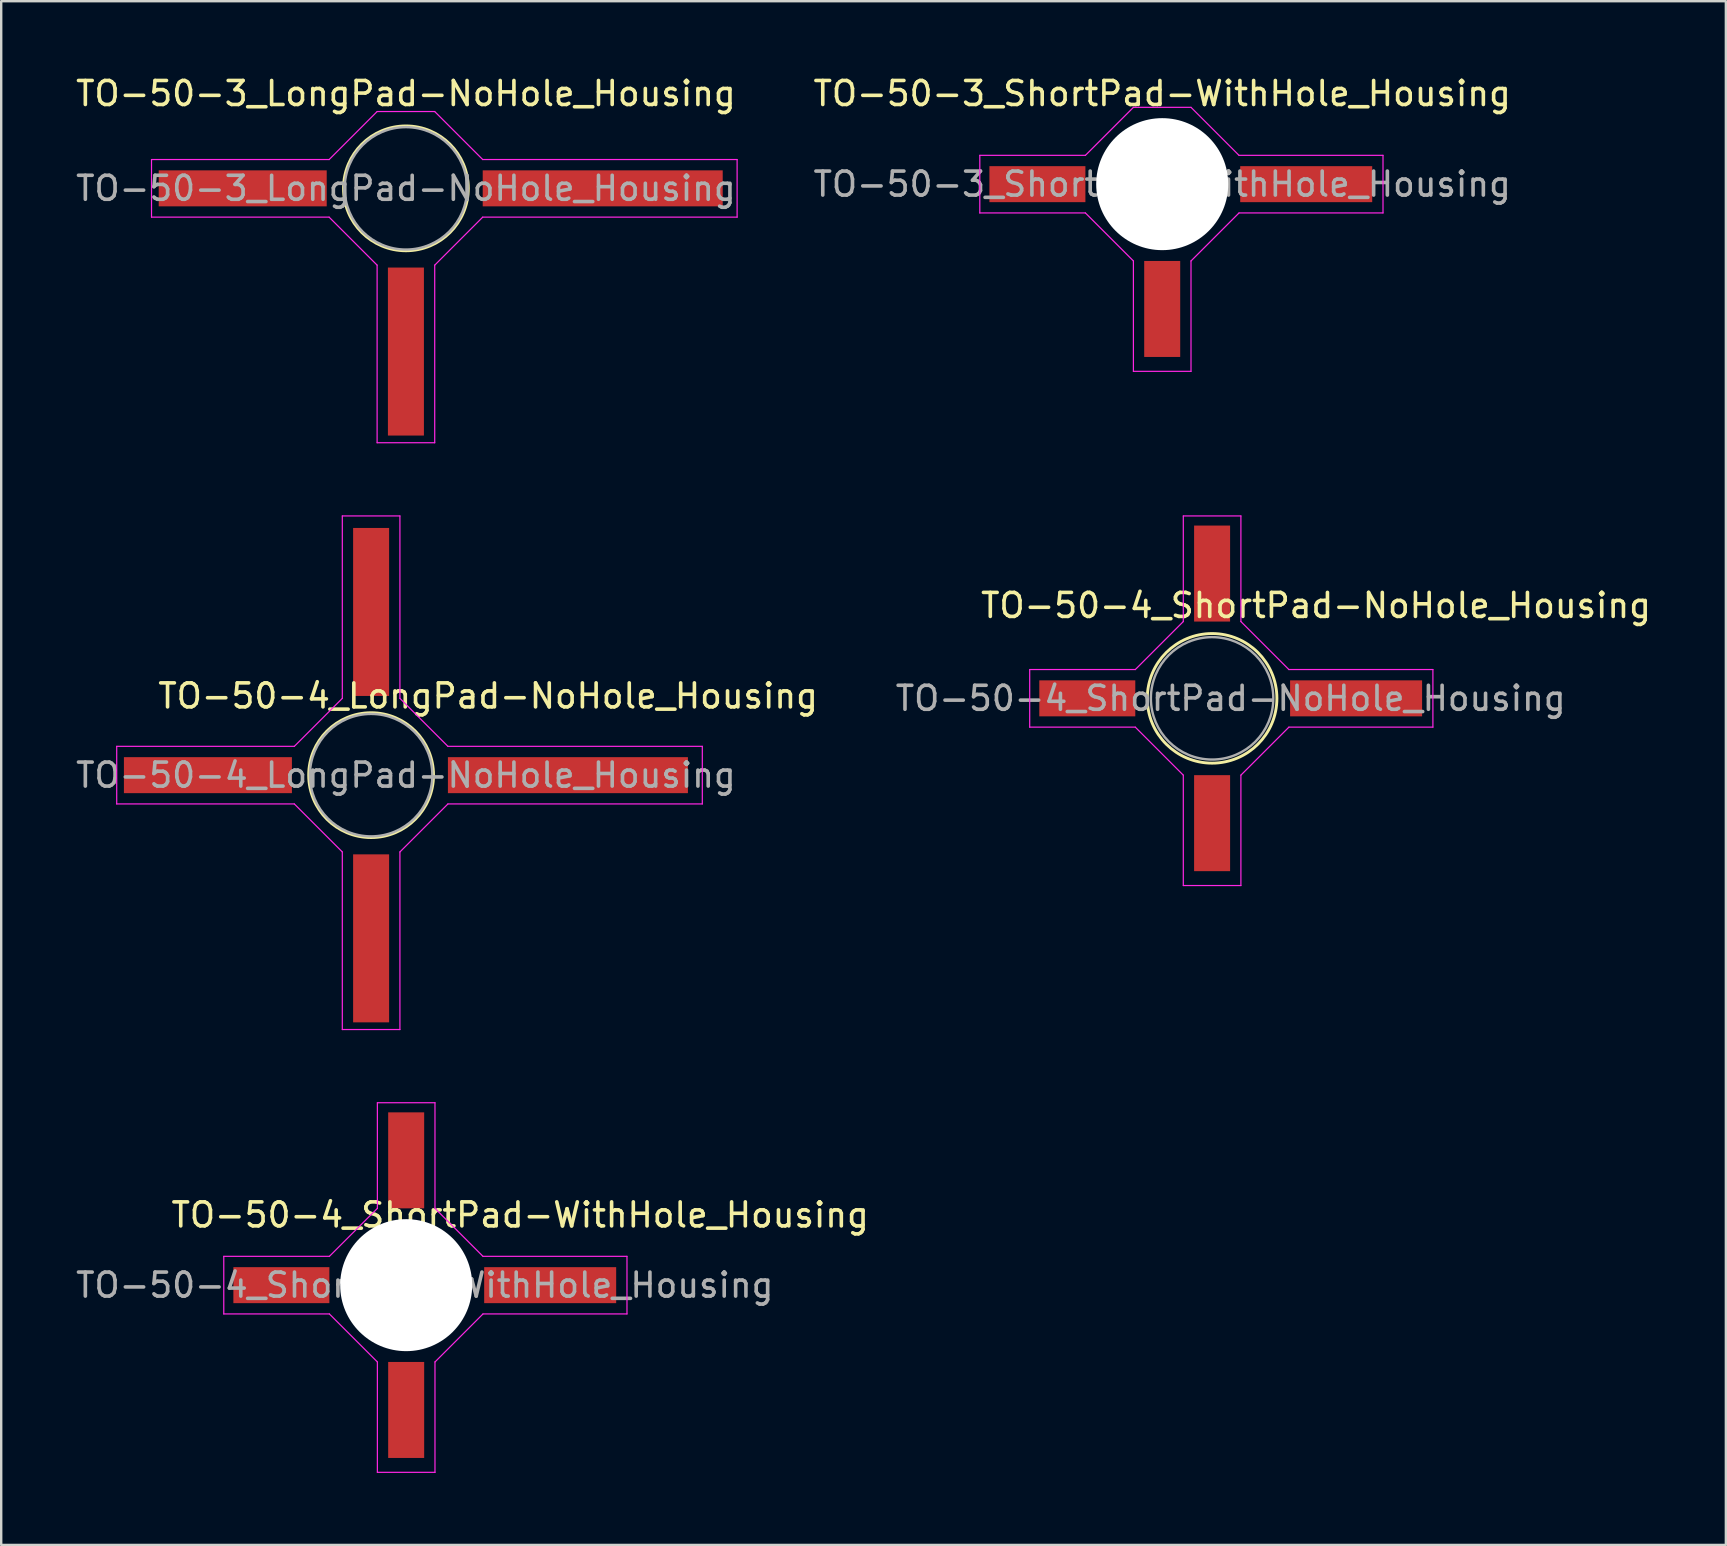
<source format=kicad_pcb>
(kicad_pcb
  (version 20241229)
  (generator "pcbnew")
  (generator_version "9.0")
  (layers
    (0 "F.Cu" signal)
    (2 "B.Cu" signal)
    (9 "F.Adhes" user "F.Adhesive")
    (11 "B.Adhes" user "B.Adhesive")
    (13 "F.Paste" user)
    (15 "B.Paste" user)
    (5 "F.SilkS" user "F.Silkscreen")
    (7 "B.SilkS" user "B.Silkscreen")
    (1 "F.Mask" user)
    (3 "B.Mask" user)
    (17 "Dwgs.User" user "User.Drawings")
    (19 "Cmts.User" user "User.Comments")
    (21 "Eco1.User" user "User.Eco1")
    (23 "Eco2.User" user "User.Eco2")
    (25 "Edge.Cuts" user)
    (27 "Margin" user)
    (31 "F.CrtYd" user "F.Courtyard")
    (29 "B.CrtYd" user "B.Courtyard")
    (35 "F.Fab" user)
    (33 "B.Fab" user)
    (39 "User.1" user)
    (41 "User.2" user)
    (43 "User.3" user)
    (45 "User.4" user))
  (footprint "TO-50-3_LongPad-NoHole_Housing"
    (layer "F.Cu")
    (at 14.563 8.198)
    (property "Reference" "TO-50-3_LongPad-NoHole_Housing" (at -0.7 -7.35 180) (layer "F.SilkS") (effects (font (size 1 1) (thickness 0.15))))
    (attr smd)
    (fp_circle (center -0.7 -3.4) (end -0.7 -6) (stroke (width 0.12) (type solid)) (fill no) (layer "F.SilkS"))
    (fp_line (start -11.3 -4.6) (end -3.9 -4.6) (stroke (width 0.05) (type solid)) (layer "F.CrtYd"))
    (fp_line (start -11.3 -2.2) (end -11.3 -4.6) (stroke (width 0.05) (type solid)) (layer "F.CrtYd"))
    (fp_line (start -3.9 -4.6) (end -1.9 -6.6) (stroke (width 0.05) (type solid)) (layer "F.CrtYd"))
    (fp_line (start -3.9 -2.2) (end -11.3 -2.2) (stroke (width 0.05) (type solid)) (layer "F.CrtYd"))
    (fp_line (start -1.9 -6.6) (end 0.5 -6.6) (stroke (width 0.05) (type solid)) (layer "F.CrtYd"))
    (fp_line (start -1.9 -0.2) (end -3.9 -2.2) (stroke (width 0.05) (type solid)) (layer "F.CrtYd"))
    (fp_line (start -1.9 7.2) (end -1.9 -0.2) (stroke (width 0.05) (type solid)) (layer "F.CrtYd"))
    (fp_line (start 0.5 -6.6) (end 2.5 -4.6) (stroke (width 0.05) (type solid)) (layer "F.CrtYd"))
    (fp_line (start 0.5 -0.2) (end 0.5 7.2) (stroke (width 0.05) (type solid)) (layer "F.CrtYd"))
    (fp_line (start 0.5 7.2) (end -1.9 7.2) (stroke (width 0.05) (type solid)) (layer "F.CrtYd"))
    (fp_line (start 2.5 -4.6) (end 13.1 -4.6) (stroke (width 0.05) (type solid)) (layer "F.CrtYd"))
    (fp_line (start 2.5 -2.2) (end 0.5 -0.2) (stroke (width 0.05) (type solid)) (layer "F.CrtYd"))
    (fp_line (start 13.1 -4.6) (end 13.1 -2.2) (stroke (width 0.05) (type solid)) (layer "F.CrtYd"))
    (fp_line (start 13.1 -2.2) (end 2.5 -2.2) (stroke (width 0.05) (type solid)) (layer "F.CrtYd"))
    (fp_circle (center -0.7 -3.4) (end -0.65 -5.95) (stroke (width 0.1) (type solid)) (fill no) (layer "F.Fab"))
    (fp_text user "${REFERENCE}" (at -0.7 -3.4 0) (layer "F.Fab") (effects (font (size 1 1) (thickness 0.15))))
    (pad "1" smd rect (at -7.5 -3.4 90) (size 1.5 7) (layers "F.Cu" "F.Mask" "F.Paste"))
    (pad "2" smd rect (at -0.7 3.4 90) (size 7 1.5) (layers "F.Cu" "F.Mask" "F.Paste"))
    (pad "3" smd rect (at 7.5 -3.4 90) (size 1.5 10) (layers "F.Cu" "F.Mask" "F.Paste")))
  (footprint "TO-50-3_ShortPad-WithHole_Housing"
    (layer "F.Cu")
    (at 45.775 7.223)
    (property "Reference" "TO-50-3_ShortPad-WithHole_Housing" (at -0.4 -6.375 0) (layer "F.SilkS") (effects (font (size 1 1) (thickness 0.15))))
    (attr smd)
    (fp_line (start -8 -1.4) (end -8 -3.8) (stroke (width 0.05) (type solid)) (layer "F.CrtYd"))
    (fp_line (start -8 -1.4) (end -3.6 -1.4) (stroke (width 0.05) (type solid)) (layer "F.CrtYd"))
    (fp_line (start -3.6 -3.8) (end -8 -3.8) (stroke (width 0.05) (type solid)) (layer "F.CrtYd"))
    (fp_line (start -3.6 -3.8) (end -1.6 -5.8) (stroke (width 0.05) (type solid)) (layer "F.CrtYd"))
    (fp_line (start -1.6 -5.8) (end 0.8 -5.8) (stroke (width 0.05) (type solid)) (layer "F.CrtYd"))
    (fp_line (start -1.6 0.6) (end -3.6 -1.4) (stroke (width 0.05) (type solid)) (layer "F.CrtYd"))
    (fp_line (start -1.6 5.2) (end -1.6 0.6) (stroke (width 0.05) (type solid)) (layer "F.CrtYd"))
    (fp_line (start 0.8 -5.8) (end 2.8 -3.8) (stroke (width 0.05) (type solid)) (layer "F.CrtYd"))
    (fp_line (start 0.8 0.6) (end 0.8 5.2) (stroke (width 0.05) (type solid)) (layer "F.CrtYd"))
    (fp_line (start 0.8 5.2) (end -1.6 5.2) (stroke (width 0.05) (type solid)) (layer "F.CrtYd"))
    (fp_line (start 2.8 -3.8) (end 8.8 -3.8) (stroke (width 0.05) (type solid)) (layer "F.CrtYd"))
    (fp_line (start 2.8 -1.4) (end 0.8 0.6) (stroke (width 0.05) (type solid)) (layer "F.CrtYd"))
    (fp_line (start 8.8 -3.8) (end 8.8 -1.4) (stroke (width 0.05) (type solid)) (layer "F.CrtYd"))
    (fp_line (start 8.8 -1.4) (end 2.8 -1.4) (stroke (width 0.05) (type solid)) (layer "F.CrtYd"))
    (fp_circle (center -0.4 -2.6) (end -0.35 -5.15) (stroke (width 0.1) (type solid)) (fill no) (layer "F.Fab"))
    (fp_text user "${REFERENCE}" (at -0.4 -2.6 0) (layer "F.Fab") (effects (font (size 1 1) (thickness 0.15))))
    (pad "" np_thru_hole circle (at -0.4 -2.6 270) (size 5.5 5.5) (drill 5.5) (layers "*.Cu" "*.Mask"))
    (pad "1" smd rect (at -5.6 -2.6 270) (size 1.5 4) (layers "F.Cu" "F.Mask" "F.Paste"))
    (pad "2" smd rect (at -0.4 2.6 270) (size 4 1.5) (layers "F.Cu" "F.Mask" "F.Paste"))
    (pad "3" smd rect (at 5.6 -2.6 270) (size 1.5 5.5) (layers "F.Cu" "F.Mask" "F.Paste")))
  (footprint "TO-50-4_ShortPad-WithHole_Housing"
    (layer "F.Cu")
    (at 14.274 50.498)
    (property "Reference" "TO-50-4_ShortPad-WithHole_Housing" (at 4.35 -2.925 0) (layer "F.SilkS") (effects (font (size 1 1) (thickness 0.15))))
    (attr smd)
    (fp_line (start -8 -1.2) (end -3.6 -1.2) (stroke (width 0.05) (type solid)) (layer "F.CrtYd"))
    (fp_line (start -8 1.2) (end -8 -1.2) (stroke (width 0.05) (type solid)) (layer "F.CrtYd"))
    (fp_line (start -3.6 -1.2) (end -1.6 -3.2) (stroke (width 0.05) (type solid)) (layer "F.CrtYd"))
    (fp_line (start -3.6 1.2) (end -8 1.2) (stroke (width 0.05) (type solid)) (layer "F.CrtYd"))
    (fp_line (start -1.6 -7.6) (end 0.8 -7.6) (stroke (width 0.05) (type solid)) (layer "F.CrtYd"))
    (fp_line (start -1.6 -3.2) (end -1.6 -7.6) (stroke (width 0.05) (type solid)) (layer "F.CrtYd"))
    (fp_line (start -1.6 3.2) (end -3.6 1.2) (stroke (width 0.05) (type solid)) (layer "F.CrtYd"))
    (fp_line (start -1.6 7.8) (end -1.6 3.2) (stroke (width 0.05) (type solid)) (layer "F.CrtYd"))
    (fp_line (start 0.8 -7.6) (end 0.8 -3.2) (stroke (width 0.05) (type solid)) (layer "F.CrtYd"))
    (fp_line (start 0.8 -3.2) (end 2.8 -1.2) (stroke (width 0.05) (type solid)) (layer "F.CrtYd"))
    (fp_line (start 0.8 3.2) (end 0.8 7.8) (stroke (width 0.05) (type solid)) (layer "F.CrtYd"))
    (fp_line (start 0.8 7.8) (end -1.6 7.8) (stroke (width 0.05) (type solid)) (layer "F.CrtYd"))
    (fp_line (start 2.8 -1.2) (end 8.8 -1.2) (stroke (width 0.05) (type solid)) (layer "F.CrtYd"))
    (fp_line (start 2.8 1.2) (end 0.8 3.2) (stroke (width 0.05) (type solid)) (layer "F.CrtYd"))
    (fp_line (start 8.8 -1.2) (end 8.8 1.2) (stroke (width 0.05) (type solid)) (layer "F.CrtYd"))
    (fp_line (start 8.8 1.2) (end 2.8 1.2) (stroke (width 0.05) (type solid)) (layer "F.CrtYd"))
    (fp_circle (center -0.4 0) (end -0.35 -2.55) (stroke (width 0.1) (type solid)) (fill no) (layer "F.Fab"))
    (fp_text user "${REFERENCE}" (at 0.375 0 0) (layer "F.Fab") (effects (font (size 1 1) (thickness 0.15))))
    (pad "" np_thru_hole circle (at -0.4 0 270) (size 5.5 5.5) (drill 5.5) (layers "*.Cu" "*.Mask"))
    (pad "1" smd rect (at -5.6 0 270) (size 1.5 4) (layers "F.Cu" "F.Mask" "F.Paste"))
    (pad "2" smd rect (at -0.4 5.2 270) (size 4 1.5) (layers "F.Cu" "F.Mask" "F.Paste"))
    (pad "3" smd rect (at 5.6 0 270) (size 1.5 5.5) (layers "F.Cu" "F.Mask" "F.Paste"))
    (pad "4" smd rect (at -0.4 -5.2 270) (size 4 1.5) (layers "F.Cu" "F.Mask" "F.Paste")))
  (footprint "TO-50-4_ShortPad-NoHole_Housing"
    (layer "F.Cu")
    (at 47.854 26.048)
    (property "Reference" "TO-50-4_ShortPad-NoHole_Housing" (at 3.93 -3.87 0) (layer "F.SilkS") (effects (font (size 1 1) (thickness 0.15))))
    (attr smd)
    (fp_circle (center -0.4 0) (end -0.4 -2.7) (stroke (width 0.12) (type solid)) (fill no) (layer "F.SilkS"))
    (fp_line (start -8 -1.2) (end -3.6 -1.2) (stroke (width 0.05) (type solid)) (layer "F.CrtYd"))
    (fp_line (start -8 1.2) (end -8 -1.2) (stroke (width 0.05) (type solid)) (layer "F.CrtYd"))
    (fp_line (start -3.6 -1.2) (end -1.6 -3.2) (stroke (width 0.05) (type solid)) (layer "F.CrtYd"))
    (fp_line (start -3.6 1.2) (end -8 1.2) (stroke (width 0.05) (type solid)) (layer "F.CrtYd"))
    (fp_line (start -1.6 -7.6) (end 0.8 -7.6) (stroke (width 0.05) (type solid)) (layer "F.CrtYd"))
    (fp_line (start -1.6 -3.2) (end -1.6 -7.6) (stroke (width 0.05) (type solid)) (layer "F.CrtYd"))
    (fp_line (start -1.6 3.2) (end -3.6 1.2) (stroke (width 0.05) (type solid)) (layer "F.CrtYd"))
    (fp_line (start -1.6 7.8) (end -1.6 3.2) (stroke (width 0.05) (type solid)) (layer "F.CrtYd"))
    (fp_line (start 0.8 -7.6) (end 0.8 -3.2) (stroke (width 0.05) (type solid)) (layer "F.CrtYd"))
    (fp_line (start 0.8 -3.2) (end 2.8 -1.2) (stroke (width 0.05) (type solid)) (layer "F.CrtYd"))
    (fp_line (start 0.8 3.2) (end 0.8 7.8) (stroke (width 0.05) (type solid)) (layer "F.CrtYd"))
    (fp_line (start 0.8 7.8) (end -1.6 7.8) (stroke (width 0.05) (type solid)) (layer "F.CrtYd"))
    (fp_line (start 2.8 -1.2) (end 8.8 -1.2) (stroke (width 0.05) (type solid)) (layer "F.CrtYd"))
    (fp_line (start 2.8 1.2) (end 0.8 3.2) (stroke (width 0.05) (type solid)) (layer "F.CrtYd"))
    (fp_line (start 8.8 -1.2) (end 8.8 1.2) (stroke (width 0.05) (type solid)) (layer "F.CrtYd"))
    (fp_line (start 8.8 1.2) (end 2.8 1.2) (stroke (width 0.05) (type solid)) (layer "F.CrtYd"))
    (fp_circle (center -0.4 0) (end -0.35 -2.55) (stroke (width 0.1) (type solid)) (fill no) (layer "F.Fab"))
    (fp_text user "${REFERENCE}" (at 0.375 0 0) (layer "F.Fab") (effects (font (size 1 1) (thickness 0.15))))
    (pad "1" smd rect (at -5.6 0 270) (size 1.5 4) (layers "F.Cu" "F.Mask" "F.Paste"))
    (pad "2" smd rect (at -0.4 5.2 270) (size 4 1.5) (layers "F.Cu" "F.Mask" "F.Paste"))
    (pad "3" smd rect (at 5.6 0 270) (size 1.5 5.5) (layers "F.Cu" "F.Mask" "F.Paste"))
    (pad "4" smd rect (at -0.4 -5.2 270) (size 4 1.5) (layers "F.Cu" "F.Mask" "F.Paste")))
  (footprint "TO-50-4_LongPad-NoHole_Housing"
    (layer "F.Cu")
    (at 13.113 29.248)
    (property "Reference" "TO-50-4_LongPad-NoHole_Housing" (at 4.175 -3.3 0) (layer "F.SilkS") (effects (font (size 1 1) (thickness 0.15))))
    (attr smd)
    (fp_circle (center -0.7 0) (end -0.7 -2.6) (stroke (width 0.12) (type solid)) (fill no) (layer "F.SilkS"))
    (fp_line (start -11.3 -1.2) (end -3.9 -1.2) (stroke (width 0.05) (type solid)) (layer "F.CrtYd"))
    (fp_line (start -11.3 1.2) (end -11.3 -1.2) (stroke (width 0.05) (type solid)) (layer "F.CrtYd"))
    (fp_line (start -3.9 -1.2) (end -1.9 -3.2) (stroke (width 0.05) (type solid)) (layer "F.CrtYd"))
    (fp_line (start -3.9 1.2) (end -11.3 1.2) (stroke (width 0.05) (type solid)) (layer "F.CrtYd"))
    (fp_line (start -1.9 -10.8) (end 0.5 -10.8) (stroke (width 0.05) (type solid)) (layer "F.CrtYd"))
    (fp_line (start -1.9 -3.2) (end -1.9 -10.8) (stroke (width 0.05) (type solid)) (layer "F.CrtYd"))
    (fp_line (start -1.9 3.2) (end -3.9 1.2) (stroke (width 0.05) (type solid)) (layer "F.CrtYd"))
    (fp_line (start -1.9 10.6) (end -1.9 3.2) (stroke (width 0.05) (type solid)) (layer "F.CrtYd"))
    (fp_line (start 0.5 -10.8) (end 0.5 -3.2) (stroke (width 0.05) (type solid)) (layer "F.CrtYd"))
    (fp_line (start 0.5 -3.2) (end 2.5 -1.2) (stroke (width 0.05) (type solid)) (layer "F.CrtYd"))
    (fp_line (start 0.5 3.2) (end 0.5 10.6) (stroke (width 0.05) (type solid)) (layer "F.CrtYd"))
    (fp_line (start 0.5 10.6) (end -1.9 10.6) (stroke (width 0.05) (type solid)) (layer "F.CrtYd"))
    (fp_line (start 2.5 -1.2) (end 13.1 -1.2) (stroke (width 0.05) (type solid)) (layer "F.CrtYd"))
    (fp_line (start 2.5 1.2) (end 0.5 3.2) (stroke (width 0.05) (type solid)) (layer "F.CrtYd"))
    (fp_line (start 13.1 -1.2) (end 13.1 1.2) (stroke (width 0.05) (type solid)) (layer "F.CrtYd"))
    (fp_line (start 13.1 1.2) (end 2.5 1.2) (stroke (width 0.05) (type solid)) (layer "F.CrtYd"))
    (fp_circle (center -0.7 0) (end -0.65 -2.55) (stroke (width 0.1) (type solid)) (fill no) (layer "F.Fab"))
    (fp_text user "${REFERENCE}" (at 0.75 0 0) (layer "F.Fab") (effects (font (size 1 1) (thickness 0.15))))
    (pad "1" smd rect (at -7.5 0 270) (size 1.5 7) (layers "F.Cu" "F.Mask" "F.Paste"))
    (pad "2" smd rect (at -0.7 6.8 270) (size 7 1.5) (layers "F.Cu" "F.Mask" "F.Paste"))
    (pad "3" smd rect (at 7.5 0 270) (size 1.5 10) (layers "F.Cu" "F.Mask" "F.Paste"))
    (pad "4" smd rect (at -0.7 -6.8 270) (size 7 1.5) (layers "F.Cu" "F.Mask" "F.Paste")))
  (gr_rect
    (start -3 -3)
    (end 68.861 61.323)
    (stroke (width 0.1) (type default))
    (fill no)
    (layer "Edge.Cuts")))
</source>
